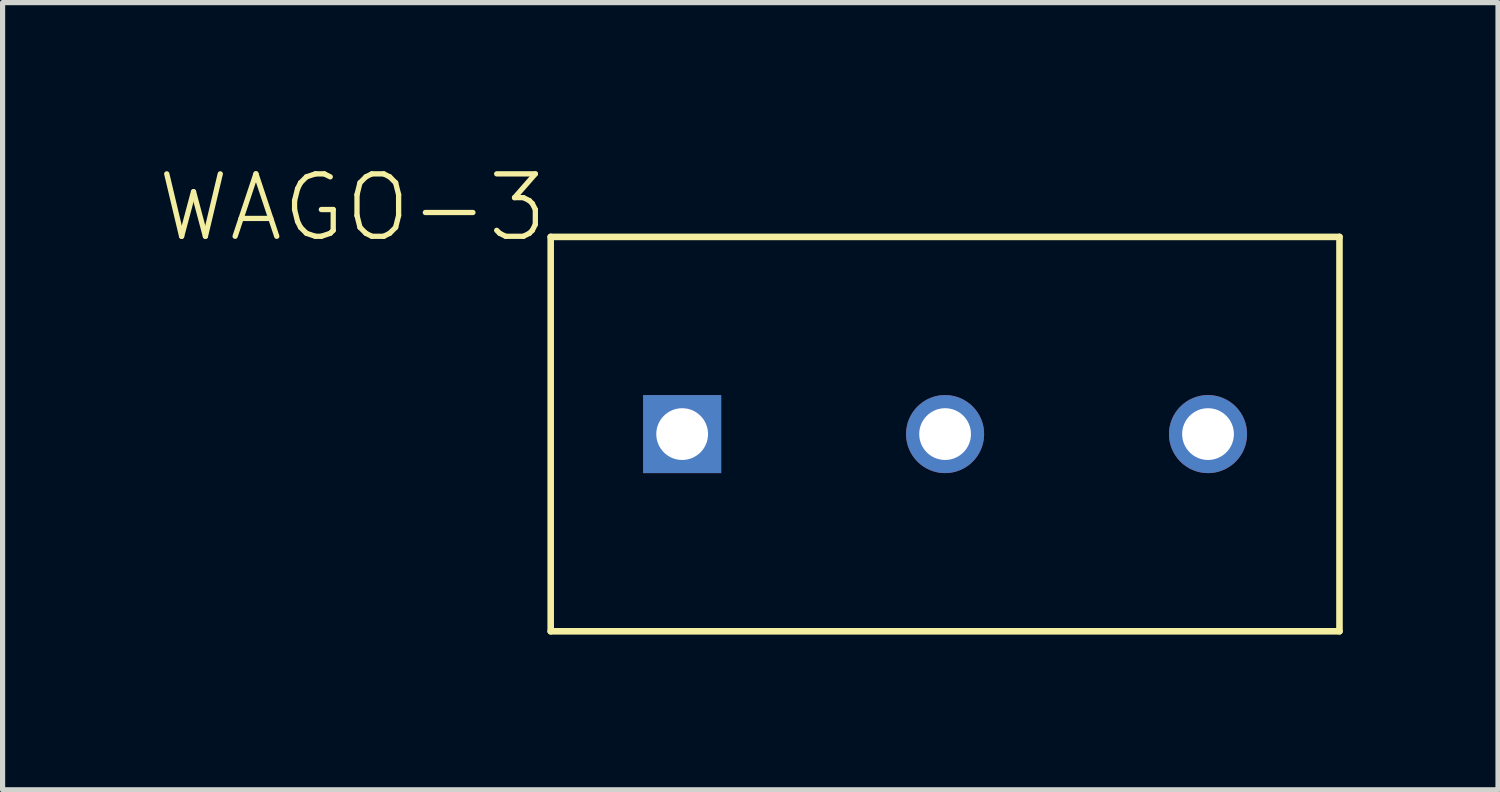
<source format=kicad_pcb>
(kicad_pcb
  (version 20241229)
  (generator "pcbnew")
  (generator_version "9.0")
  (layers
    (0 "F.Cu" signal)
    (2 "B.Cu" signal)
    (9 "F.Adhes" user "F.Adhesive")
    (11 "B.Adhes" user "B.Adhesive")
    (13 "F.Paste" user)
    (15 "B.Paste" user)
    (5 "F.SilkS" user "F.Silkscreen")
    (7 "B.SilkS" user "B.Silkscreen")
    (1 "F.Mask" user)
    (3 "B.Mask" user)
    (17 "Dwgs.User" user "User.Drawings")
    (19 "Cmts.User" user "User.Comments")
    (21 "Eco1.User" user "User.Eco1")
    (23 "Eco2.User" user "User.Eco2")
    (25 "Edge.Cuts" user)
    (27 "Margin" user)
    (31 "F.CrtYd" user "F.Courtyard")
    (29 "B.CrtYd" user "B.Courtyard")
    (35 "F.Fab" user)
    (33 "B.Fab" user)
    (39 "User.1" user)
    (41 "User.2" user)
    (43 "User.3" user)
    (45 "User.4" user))
  (footprint "WAGO-3"
    (layer "F.Cu")
    (at 15.21 5.337)
    (property "Reference" "WAGO-3" (at -7.62 -5.08 0) (layer "F.SilkS") (effects (font (size 1.206 1.206) (thickness 0.102)) (justify right top)))
    (attr through_hole)
    (fp_line (start -7.62 -3.81) (end -7.62 3.81) (stroke (width 0.127) (type solid)) (layer "F.SilkS"))
    (fp_line (start -7.62 3.81) (end 7.62 3.81) (stroke (width 0.127) (type solid)) (layer "F.SilkS"))
    (fp_line (start 7.62 -3.81) (end -7.62 -3.81) (stroke (width 0.127) (type solid)) (layer "F.SilkS"))
    (fp_line (start 7.62 3.81) (end 7.62 -3.81) (stroke (width 0.127) (type solid)) (layer "F.SilkS"))
    (pad "P$1" thru_hole rect (at -5.08 0 180) (size 1.508 1.508) (drill 1) (layers "*.Cu" "*.Mask"))
    (pad "P$2" thru_hole circle (at 0 0 180) (size 1.508 1.508) (drill 1) (layers "*.Cu" "*.Mask"))
    (pad "P$3" thru_hole circle (at 5.08 0 180) (size 1.508 1.508) (drill 1) (layers "*.Cu" "*.Mask")))
  (gr_rect
    (start -3 -3)
    (end 25.893 12.21)
    (stroke (width 0.1) (type default))
    (fill no)
    (layer "Edge.Cuts")))
</source>
